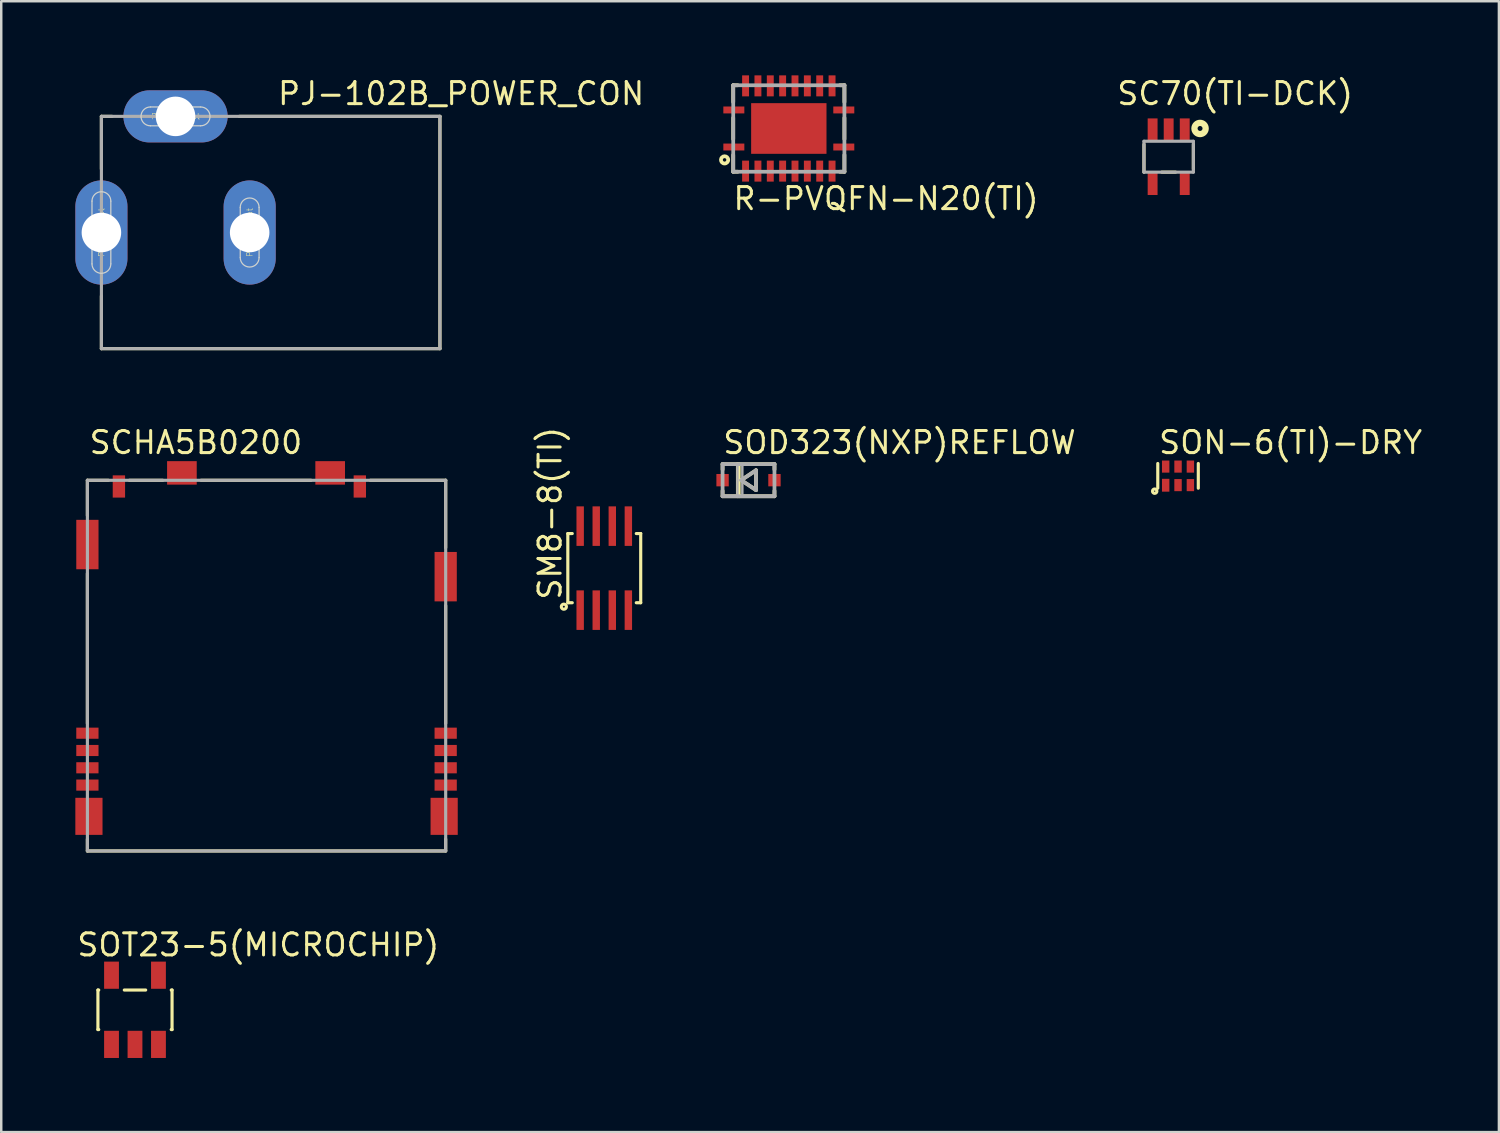
<source format=kicad_pcb>
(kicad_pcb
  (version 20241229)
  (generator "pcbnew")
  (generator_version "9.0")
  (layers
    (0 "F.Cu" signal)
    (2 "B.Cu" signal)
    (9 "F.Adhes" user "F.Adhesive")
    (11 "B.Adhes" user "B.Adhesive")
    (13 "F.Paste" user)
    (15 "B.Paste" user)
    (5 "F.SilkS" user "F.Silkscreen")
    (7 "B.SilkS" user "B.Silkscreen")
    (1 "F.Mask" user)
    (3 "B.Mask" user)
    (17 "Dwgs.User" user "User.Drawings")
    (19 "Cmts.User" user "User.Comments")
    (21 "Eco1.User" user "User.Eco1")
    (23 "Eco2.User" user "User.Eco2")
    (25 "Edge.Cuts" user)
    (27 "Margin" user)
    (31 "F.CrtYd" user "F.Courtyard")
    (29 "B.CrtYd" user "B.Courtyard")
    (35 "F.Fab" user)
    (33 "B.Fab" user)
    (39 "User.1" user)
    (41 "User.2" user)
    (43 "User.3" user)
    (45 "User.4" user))
  (footprint "SC70(TI-DCK)"
    (layer "F.Cu")
    (at 44.247 3.292)
    (property "Reference" "SC70(TI-DCK)" (at -2.159 -2.032 0) (layer "F.SilkS") (effects (font (size 0.894 0.894) (thickness 0.122)) (justify left bottom)))
    (fp_line (start -1 -0.5) (end -1 0.625) (stroke (width 0.127) (type solid)) (layer "F.SilkS"))
    (fp_line (start -0.28 0.625) (end 0.28 0.625) (stroke (width 0.127) (type solid)) (layer "F.SilkS"))
    (fp_line (start 1 -0.5) (end 1 0.5) (stroke (width 0.127) (type solid)) (layer "F.SilkS"))
    (fp_circle (center 1.27 -1.143) (end 1.37 -1.143) (stroke (width 0.254) (type solid)) (fill no) (layer "F.SilkS"))
    (fp_line (start -1 -0.625) (end -1 0.625) (stroke (width 0.127) (type solid)) (layer "F.Fab"))
    (fp_line (start -1 0.625) (end 1 0.625) (stroke (width 0.127) (type solid)) (layer "F.Fab"))
    (fp_line (start 1 -0.625) (end -1 -0.625) (stroke (width 0.127) (type solid)) (layer "F.Fab"))
    (fp_line (start 1 0.625) (end 1 -0.625) (stroke (width 0.127) (type solid)) (layer "F.Fab"))
    (pad "1" smd rect (at 0.65 -1.1) (size 0.4 0.9) (layers "F.Cu" "F.Mask" "F.Paste"))
    (pad "2" smd rect (at 0 -1.1) (size 0.4 0.9) (layers "F.Cu" "F.Mask" "F.Paste"))
    (pad "3" smd rect (at -0.65 -1.1) (size 0.4 0.9) (layers "F.Cu" "F.Mask" "F.Paste"))
    (pad "4" smd rect (at -0.65 1.1) (size 0.4 0.9) (layers "F.Cu" "F.Mask" "F.Paste"))
    (pad "5" smd rect (at 0.65 1.1) (size 0.4 0.9) (layers "F.Cu" "F.Mask" "F.Paste")))
  (footprint "PJ-102B_POWER_CON"
    (layer "F.Cu")
    (at 7.054 6.36)
    (property "Reference" "PJ-102B_POWER_CON" (at 1.07 -5.1 0) (layer "F.SilkS") (effects (font (size 0.894 0.894) (thickness 0.122)) (justify left bottom)))
    (fp_line (start -6 -4.7) (end -6 -2.57) (stroke (width 0.127) (type solid)) (layer "F.SilkS"))
    (fp_line (start -6 4.7) (end -6 2.57) (stroke (width 0.127) (type solid)) (layer "F.SilkS"))
    (fp_line (start -5.57 -4.7) (end -6 -4.7) (stroke (width 0.127) (type solid)) (layer "F.SilkS"))
    (fp_line (start -0.42 -4.7) (end 7.7 -4.7) (stroke (width 0.127) (type solid)) (layer "F.SilkS"))
    (fp_line (start 7.7 -4.7) (end 7.7 4.7) (stroke (width 0.127) (type solid)) (layer "F.SilkS"))
    (fp_line (start 7.7 4.7) (end -6 4.7) (stroke (width 0.127) (type solid)) (layer "F.SilkS"))
    (fp_line (start -6.381 1.27) (end -6.381 -1.27) (stroke (width 0.05) (type solid)) (layer "Edge.Cuts"))
    (fp_line (start -5.619 -1.27) (end -5.619 1.27) (stroke (width 0.05) (type solid)) (layer "Edge.Cuts"))
    (fp_line (start -4.016 -5.081) (end -1.984 -5.081) (stroke (width 0.05) (type solid)) (layer "Edge.Cuts"))
    (fp_line (start -1.984 -4.319) (end -4.016 -4.319) (stroke (width 0.05) (type solid)) (layer "Edge.Cuts"))
    (fp_line (start -0.381 1.016) (end -0.381 -1.016) (stroke (width 0.05) (type solid)) (layer "Edge.Cuts"))
    (fp_line (start 0.381 -1.016) (end 0.381 1.016) (stroke (width 0.05) (type solid)) (layer "Edge.Cuts"))
    (fp_arc (start -6.381 -1.27) (mid -6 -1.651) (end -5.619 -1.27) (stroke (width 0.05) (type solid)) (layer "Edge.Cuts"))
    (fp_arc (start -5.619 1.27) (mid -6 1.651) (end -6.381 1.27) (stroke (width 0.05) (type solid)) (layer "Edge.Cuts"))
    (fp_arc (start -4.016 -4.319) (mid -4.397 -4.7) (end -4.016 -5.081) (stroke (width 0.05) (type solid)) (layer "Edge.Cuts"))
    (fp_arc (start -1.984 -5.081) (mid -1.603 -4.7) (end -1.984 -4.319) (stroke (width 0.05) (type solid)) (layer "Edge.Cuts"))
    (fp_arc (start -0.381 -1.016) (mid 0 -1.397) (end 0.381 -1.016) (stroke (width 0.05) (type solid)) (layer "Edge.Cuts"))
    (fp_arc (start 0.381 1.016) (mid 0 1.397) (end -0.381 1.016) (stroke (width 0.05) (type solid)) (layer "Edge.Cuts"))
    (fp_line (start -6 -4.7) (end -6 4.7) (stroke (width 0.127) (type solid)) (layer "F.Fab"))
    (fp_line (start -6 4.7) (end 7.7 4.7) (stroke (width 0.127) (type solid)) (layer "F.Fab"))
    (fp_line (start 7.7 -4.7) (end -6 -4.7) (stroke (width 0.127) (type solid)) (layer "F.Fab"))
    (fp_line (start 7.7 -4.7) (end 7.7 4.7) (stroke (width 0.127) (type solid)) (layer "F.Fab"))
    (fp_text user "Plated Slot" (at -3 -4.7 0) (layer "F.SilkS") (effects (font (size 0.234 0.234) (thickness 0.02))))
    (fp_text user "Plated Slot" (at -6 0 90) (layer "F.SilkS") (effects (font (size 0.234 0.234) (thickness 0.02))))
    (fp_text user "Plated Slot" (at 0 0 270) (layer "F.SilkS") (effects (font (size 0.234 0.234) (thickness 0.02))))
    (pad "IN" thru_hole oval (at -6 0 90) (size 4.216 2.108) (drill 1.6) (layers "*.Cu" "*.Mask"))
    (pad "OUT" thru_hole oval (at 0 0 90) (size 4.216 2.108) (drill 1.6) (layers "*.Cu" "*.Mask"))
    (pad "OUT_CON" thru_hole oval (at -3 -4.7 180) (size 4.216 2.108) (drill 1.6) (layers "*.Cu" "*.Mask")))
  (footprint "SOD323(NXP)REFLOW"
    (layer "F.Cu")
    (at 27.243 16.383)
    (property "Reference" "SOD323(NXP)REFLOW" (at -1.1 -1 0) (layer "F.SilkS") (effects (font (size 0.894 0.894) (thickness 0.122)) (justify left bottom)))
    (fp_line (start -1.05 -0.65) (end -1.05 -0.43) (stroke (width 0.152) (type solid)) (layer "F.SilkS"))
    (fp_line (start -1.05 -0.65) (end -0.445 -0.65) (stroke (width 0.152) (type solid)) (layer "F.SilkS"))
    (fp_line (start -1.05 0.43) (end -1.05 0.65) (stroke (width 0.152) (type solid)) (layer "F.SilkS"))
    (fp_line (start -0.445 -0.65) (end -0.445 0.65) (stroke (width 0.127) (type solid)) (layer "F.SilkS"))
    (fp_line (start -0.445 -0.65) (end -0.381 -0.65) (stroke (width 0.152) (type solid)) (layer "F.SilkS"))
    (fp_line (start -0.445 0.65) (end -1.05 0.65) (stroke (width 0.152) (type solid)) (layer "F.SilkS"))
    (fp_line (start -0.381 -0.65) (end 1.05 -0.65) (stroke (width 0.152) (type solid)) (layer "F.SilkS"))
    (fp_line (start -0.381 0.65) (end -0.445 0.65) (stroke (width 0.152) (type solid)) (layer "F.SilkS"))
    (fp_line (start -0.381 0.65) (end -0.381 -0.65) (stroke (width 0.127) (type solid)) (layer "F.SilkS"))
    (fp_line (start -0.297 0) (end 0.303 -0.4) (stroke (width 0.152) (type solid)) (layer "F.SilkS"))
    (fp_line (start 0.303 -0.4) (end 0.303 0.4) (stroke (width 0.152) (type solid)) (layer "F.SilkS"))
    (fp_line (start 0.303 0.4) (end -0.297 0) (stroke (width 0.152) (type solid)) (layer "F.SilkS"))
    (fp_line (start 1.05 -0.65) (end 1.05 -0.43) (stroke (width 0.152) (type solid)) (layer "F.SilkS"))
    (fp_line (start 1.05 0.43) (end 1.05 0.65) (stroke (width 0.152) (type solid)) (layer "F.SilkS"))
    (fp_line (start 1.05 0.65) (end -0.381 0.65) (stroke (width 0.152) (type solid)) (layer "F.SilkS"))
    (fp_line (start -1.05 -0.65) (end 1.05 -0.65) (stroke (width 0.152) (type solid)) (layer "F.Fab"))
    (fp_line (start -1.05 0.65) (end -1.05 -0.65) (stroke (width 0.152) (type solid)) (layer "F.Fab"))
    (fp_line (start -0.297 0) (end 0.303 -0.4) (stroke (width 0.152) (type solid)) (layer "F.Fab"))
    (fp_line (start 0.303 -0.4) (end 0.303 0.4) (stroke (width 0.152) (type solid)) (layer "F.Fab"))
    (fp_line (start 0.303 0.4) (end -0.297 0) (stroke (width 0.152) (type solid)) (layer "F.Fab"))
    (fp_line (start 1.05 -0.65) (end 1.05 0.65) (stroke (width 0.152) (type solid)) (layer "F.Fab"))
    (fp_line (start 1.05 0.65) (end -1.05 0.65) (stroke (width 0.152) (type solid)) (layer "F.Fab"))
    (fp_poly (pts (xy -0.45 0.65) (xy -0.25 0.65) (xy -0.25 -0.65) (xy -0.45 -0.65)) (stroke (width 0.1) (type default)) (fill no) (layer "F.Fab"))
    (pad "A" smd rect (at 1.05 0) (size 0.5 0.5) (layers "F.Cu" "F.Mask" "F.Paste"))
    (pad "C" smd rect (at -1.05 0) (size 0.5 0.5) (layers "F.Cu" "F.Mask" "F.Paste")))
  (footprint "SCHA5B0200"
    (layer "F.Cu")
    (at 7.737 29.988)
    (property "Reference" "SCHA5B0200" (at -7.239 -14.605 0) (layer "F.SilkS") (effects (font (size 0.894 0.894) (thickness 0.122)) (justify left bottom)))
    (fp_line (start -7.25 -13.6) (end -7.25 -12.17) (stroke (width 0.127) (type solid)) (layer "F.SilkS"))
    (fp_line (start -7.25 -3.76) (end -7.25 -9.83) (stroke (width 0.127) (type solid)) (layer "F.SilkS"))
    (fp_line (start -7.25 1.4) (end -7.25 0.92) (stroke (width 0.127) (type solid)) (layer "F.SilkS"))
    (fp_line (start -6.4 -13.6) (end -7.25 -13.6) (stroke (width 0.127) (type solid)) (layer "F.SilkS"))
    (fp_line (start -5.55 -13.6) (end -4.2 -13.6) (stroke (width 0.127) (type solid)) (layer "F.SilkS"))
    (fp_line (start -2.65 -13.6) (end 1.8 -13.6) (stroke (width 0.127) (type solid)) (layer "F.SilkS"))
    (fp_line (start 4.2 -13.6) (end 7.25 -13.6) (stroke (width 0.127) (type solid)) (layer "F.SilkS"))
    (fp_line (start 7.25 -13.6) (end 7.25 -10.87) (stroke (width 0.127) (type solid)) (layer "F.SilkS"))
    (fp_line (start 7.25 -8.53) (end 7.25 -3.76) (stroke (width 0.127) (type solid)) (layer "F.SilkS"))
    (fp_line (start 7.25 0.92) (end 7.25 1.4) (stroke (width 0.127) (type solid)) (layer "F.SilkS"))
    (fp_line (start 7.25 1.4) (end -7.25 1.4) (stroke (width 0.127) (type solid)) (layer "F.SilkS"))
    (fp_line (start -7.25 -13.6) (end -7.25 1.4) (stroke (width 0.127) (type solid)) (layer "F.Fab"))
    (fp_line (start -7.25 1.4) (end 7.25 1.4) (stroke (width 0.127) (type solid)) (layer "F.Fab"))
    (fp_line (start 7.25 -13.6) (end -7.25 -13.6) (stroke (width 0.127) (type solid)) (layer "F.Fab"))
    (fp_line (start 7.25 1.4) (end 7.25 -13.6) (stroke (width 0.127) (type solid)) (layer "F.Fab"))
    (pad "1" smd rect (at -7.25 -3.365) (size 0.9 0.45) (layers "F.Cu" "F.Mask" "F.Paste"))
    (pad "2" smd rect (at -7.25 -2.665) (size 0.9 0.45) (layers "F.Cu" "F.Mask" "F.Paste"))
    (pad "3" smd rect (at -7.25 -1.965) (size 0.9 0.45) (layers "F.Cu" "F.Mask" "F.Paste"))
    (pad "4" smd rect (at -7.25 -1.265) (size 0.9 0.45) (layers "F.Cu" "F.Mask" "F.Paste"))
    (pad "5" smd rect (at 7.25 -1.265) (size 0.9 0.45) (layers "F.Cu" "F.Mask" "F.Paste"))
    (pad "6" smd rect (at 7.25 -1.965) (size 0.9 0.45) (layers "F.Cu" "F.Mask" "F.Paste"))
    (pad "7" smd rect (at 7.25 -2.665) (size 0.9 0.45) (layers "F.Cu" "F.Mask" "F.Paste"))
    (pad "8" smd rect (at 7.25 -3.365) (size 0.9 0.45) (layers "F.Cu" "F.Mask" "F.Paste"))
    (pad "CD" smd rect (at -5.975 -13.35) (size 0.5 0.9) (layers "F.Cu" "F.Mask" "F.Paste"))
    (pad "CGND1" smd rect (at -7.25 -11) (size 0.9 2) (layers "F.Cu" "F.Mask" "F.Paste"))
    (pad "CGND2" smd rect (at -7.188 0) (size 1.1 1.5) (layers "F.Cu" "F.Mask" "F.Paste"))
    (pad "CGND3" smd rect (at 7.188 0) (size 1.1 1.5) (layers "F.Cu" "F.Mask" "F.Paste"))
    (pad "CGND4" smd rect (at 7.25 -9.7) (size 0.9 2) (layers "F.Cu" "F.Mask" "F.Paste"))
    (pad "CGND5" smd rect (at 2.575 -13.9) (size 1.2 0.95) (layers "F.Cu" "F.Mask" "F.Paste"))
    (pad "CGND6" smd rect (at -3.425 -13.9) (size 1.2 0.95) (layers "F.Cu" "F.Mask" "F.Paste"))
    (pad "GND" smd rect (at 3.775 -13.35) (size 0.5 0.9) (layers "F.Cu" "F.Mask" "F.Paste")))
  (footprint "SOT23-5(MICROCHIP)"
    (layer "F.Cu")
    (at 2.413 37.817)
    (property "Reference" "SOT23-5(MICROCHIP)" (at -2.413 -2.105 0) (layer "F.SilkS") (effects (font (size 0.894 0.894) (thickness 0.122)) (justify left bottom)))
    (fp_line (start -1.5 -0.8) (end -1.467 -0.8) (stroke (width 0.127) (type solid)) (layer "F.SilkS"))
    (fp_line (start -1.5 0.8) (end -1.5 -0.8) (stroke (width 0.127) (type solid)) (layer "F.SilkS"))
    (fp_line (start -1.467 0.8) (end -1.5 0.8) (stroke (width 0.127) (type solid)) (layer "F.SilkS"))
    (fp_line (start -0.433 -0.8) (end 0.433 -0.8) (stroke (width 0.127) (type solid)) (layer "F.SilkS"))
    (fp_line (start 1.467 -0.8) (end 1.5 -0.8) (stroke (width 0.127) (type solid)) (layer "F.SilkS"))
    (fp_line (start 1.5 -0.8) (end 1.5 0.8) (stroke (width 0.127) (type solid)) (layer "F.SilkS"))
    (fp_line (start 1.5 0.8) (end 1.467 0.8) (stroke (width 0.127) (type solid)) (layer "F.SilkS"))
    (pad "1" smd rect (at -0.95 1.4 180) (size 0.6 1.1) (layers "F.Cu" "F.Mask" "F.Paste"))
    (pad "2" smd rect (at 0 1.4 180) (size 0.6 1.1) (layers "F.Cu" "F.Mask" "F.Paste"))
    (pad "3" smd rect (at 0.95 1.4 180) (size 0.6 1.1) (layers "F.Cu" "F.Mask" "F.Paste"))
    (pad "4" smd rect (at 0.95 -1.4 180) (size 0.6 1.1) (layers "F.Cu" "F.Mask" "F.Paste"))
    (pad "5" smd rect (at -0.95 -1.4 180) (size 0.6 1.1) (layers "F.Cu" "F.Mask" "F.Paste")))
  (footprint "R-PVQFN-N20(TI)"
    (layer "F.Cu")
    (at 28.874 2.15)
    (property "Reference" "R-PVQFN-N20(TI)" (at -2.32 3.36 0) (layer "F.SilkS") (effects (font (size 0.894 0.894) (thickness 0.122)) (justify left bottom)))
    (fp_line (start -2.25 -1.75) (end -2.25 -1.07) (stroke (width 0.152) (type solid)) (layer "F.SilkS"))
    (fp_line (start -2.25 -1.75) (end -2.07 -1.75) (stroke (width 0.152) (type solid)) (layer "F.SilkS"))
    (fp_line (start -2.25 0.43) (end -2.25 -0.43) (stroke (width 0.152) (type solid)) (layer "F.SilkS"))
    (fp_line (start -2.25 1.75) (end -2.25 1.07) (stroke (width 0.152) (type solid)) (layer "F.SilkS"))
    (fp_line (start -2.07 1.75) (end -2.25 1.75) (stroke (width 0.152) (type solid)) (layer "F.SilkS"))
    (fp_line (start 2.07 -1.75) (end 2.25 -1.75) (stroke (width 0.152) (type solid)) (layer "F.SilkS"))
    (fp_line (start 2.25 -1.75) (end 2.25 -1.07) (stroke (width 0.152) (type solid)) (layer "F.SilkS"))
    (fp_line (start 2.25 -0.43) (end 2.25 0.43) (stroke (width 0.152) (type solid)) (layer "F.SilkS"))
    (fp_line (start 2.25 1.07) (end 2.25 1.75) (stroke (width 0.152) (type solid)) (layer "F.SilkS"))
    (fp_line (start 2.25 1.75) (end 2.07 1.75) (stroke (width 0.152) (type solid)) (layer "F.SilkS"))
    (fp_circle (center -2.6 1.27) (end -2.529 1.27) (stroke (width 0.152) (type solid)) (fill no) (layer "F.SilkS"))
    (fp_line (start -2.25 -1.75) (end 2.25 -1.75) (stroke (width 0.152) (type solid)) (layer "F.Fab"))
    (fp_line (start -2.25 1.75) (end -2.25 -1.75) (stroke (width 0.152) (type solid)) (layer "F.Fab"))
    (fp_line (start 2.25 -1.75) (end 2.25 1.75) (stroke (width 0.152) (type solid)) (layer "F.Fab"))
    (fp_line (start 2.25 1.75) (end -2.25 1.75) (stroke (width 0.152) (type solid)) (layer "F.Fab"))
    (pad "1" smd rect (at -2.225 0.75 90) (size 0.28 0.85) (layers "F.Cu" "F.Mask" "F.Paste"))
    (pad "2" smd rect (at -1.75 1.725 180) (size 0.28 0.85) (layers "F.Cu" "F.Mask" "F.Paste"))
    (pad "3" smd rect (at -1.25 1.725 180) (size 0.28 0.85) (layers "F.Cu" "F.Mask" "F.Paste"))
    (pad "4" smd rect (at -0.75 1.725 180) (size 0.28 0.85) (layers "F.Cu" "F.Mask" "F.Paste"))
    (pad "5" smd rect (at -0.25 1.725 180) (size 0.28 0.85) (layers "F.Cu" "F.Mask" "F.Paste"))
    (pad "6" smd rect (at 0.25 1.725 180) (size 0.28 0.85) (layers "F.Cu" "F.Mask" "F.Paste"))
    (pad "7" smd rect (at 0.75 1.725 180) (size 0.28 0.85) (layers "F.Cu" "F.Mask" "F.Paste"))
    (pad "8" smd rect (at 1.25 1.725 180) (size 0.28 0.85) (layers "F.Cu" "F.Mask" "F.Paste"))
    (pad "9" smd rect (at 1.75 1.725 180) (size 0.28 0.85) (layers "F.Cu" "F.Mask" "F.Paste"))
    (pad "10" smd rect (at 2.225 0.75 270) (size 0.28 0.85) (layers "F.Cu" "F.Mask" "F.Paste"))
    (pad "11" smd rect (at 2.225 -0.75 270) (size 0.28 0.85) (layers "F.Cu" "F.Mask" "F.Paste"))
    (pad "12" smd rect (at 1.75 -1.725) (size 0.28 0.85) (layers "F.Cu" "F.Mask" "F.Paste"))
    (pad "13" smd rect (at 1.25 -1.725) (size 0.28 0.85) (layers "F.Cu" "F.Mask" "F.Paste"))
    (pad "14" smd rect (at 0.75 -1.725) (size 0.28 0.85) (layers "F.Cu" "F.Mask" "F.Paste"))
    (pad "15" smd rect (at 0.25 -1.725) (size 0.28 0.85) (layers "F.Cu" "F.Mask" "F.Paste"))
    (pad "16" smd rect (at -0.25 -1.725) (size 0.28 0.85) (layers "F.Cu" "F.Mask" "F.Paste"))
    (pad "17" smd rect (at -0.75 -1.725) (size 0.28 0.85) (layers "F.Cu" "F.Mask" "F.Paste"))
    (pad "18" smd rect (at -1.25 -1.725) (size 0.28 0.85) (layers "F.Cu" "F.Mask" "F.Paste"))
    (pad "19" smd rect (at -1.75 -1.725) (size 0.28 0.85) (layers "F.Cu" "F.Mask" "F.Paste"))
    (pad "20" smd rect (at -2.225 -0.75 90) (size 0.28 0.85) (layers "F.Cu" "F.Mask" "F.Paste"))
    (pad "TP" smd rect (at 0 0) (size 3.05 2.05) (layers "F.Cu" "F.Mask" "F.Paste")))
  (footprint "SON-6(TI)-DRY"
    (layer "F.Cu")
    (at 44.626 16.208)
    (property "Reference" "SON-6(TI)-DRY" (at -0.845 -0.825 0) (layer "F.SilkS") (effects (font (size 0.894 0.894) (thickness 0.122)) (justify left bottom)))
    (fp_line (start -0.82 0.5) (end -0.82 -0.5) (stroke (width 0.127) (type solid)) (layer "F.SilkS"))
    (fp_line (start 0.82 -0.5) (end 0.82 0.5) (stroke (width 0.127) (type solid)) (layer "F.SilkS"))
    (fp_circle (center -0.945 0.62) (end -0.92 0.62) (stroke (width 0.127) (type solid)) (fill no) (layer "F.SilkS"))
    (pad "1" smd rect (at -0.5 0.38) (size 0.3 0.52) (layers "F.Cu" "F.Mask" "F.Paste"))
    (pad "2" smd rect (at 0 0.375) (size 0.3 0.49) (layers "F.Cu" "F.Mask" "F.Paste"))
    (pad "3" smd rect (at 0.5 0.375) (size 0.3 0.49) (layers "F.Cu" "F.Mask" "F.Paste"))
    (pad "4" smd rect (at 0.5 -0.375) (size 0.3 0.49) (layers "F.Cu" "F.Mask" "F.Paste"))
    (pad "5" smd rect (at 0 -0.375) (size 0.3 0.49) (layers "F.Cu" "F.Mask" "F.Paste"))
    (pad "6" smd rect (at -0.5 -0.375) (size 0.3 0.49) (layers "F.Cu" "F.Mask" "F.Paste")))
  (footprint "SM8-8(TI)"
    (layer "F.Cu")
    (at 21.405 19.943)
    (property "Reference" "SM8-8(TI)" (at -1.67 1.35 90) (layer "F.SilkS") (effects (font (size 0.894 0.894) (thickness 0.122)) (justify left bottom)))
    (fp_line (start -1.475 -1.4) (end -1.295 -1.4) (stroke (width 0.127) (type solid)) (layer "F.SilkS"))
    (fp_line (start -1.475 1.4) (end -1.475 -1.4) (stroke (width 0.127) (type solid)) (layer "F.SilkS"))
    (fp_line (start -1.475 1.4) (end -1.295 1.4) (stroke (width 0.127) (type solid)) (layer "F.SilkS"))
    (fp_line (start 1.475 -1.4) (end 1.295 -1.4) (stroke (width 0.127) (type solid)) (layer "F.SilkS"))
    (fp_line (start 1.475 -1.4) (end 1.475 1.4) (stroke (width 0.127) (type solid)) (layer "F.SilkS"))
    (fp_line (start 1.475 1.4) (end 1.295 1.4) (stroke (width 0.127) (type solid)) (layer "F.SilkS"))
    (fp_circle (center -1.635 1.56) (end -1.595 1.56) (stroke (width 0.127) (type solid)) (fill no) (layer "F.SilkS"))
    (pad "1" smd rect (at -0.975 1.7) (size 0.3 1.6) (layers "F.Cu" "F.Mask" "F.Paste"))
    (pad "2" smd rect (at -0.325 1.7) (size 0.3 1.6) (layers "F.Cu" "F.Mask" "F.Paste"))
    (pad "3" smd rect (at 0.325 1.7) (size 0.3 1.6) (layers "F.Cu" "F.Mask" "F.Paste"))
    (pad "4" smd rect (at 0.975 1.7) (size 0.3 1.6) (layers "F.Cu" "F.Mask" "F.Paste"))
    (pad "5" smd rect (at 0.975 -1.7) (size 0.3 1.6) (layers "F.Cu" "F.Mask" "F.Paste"))
    (pad "6" smd rect (at 0.325 -1.7) (size 0.3 1.6) (layers "F.Cu" "F.Mask" "F.Paste"))
    (pad "7" smd rect (at -0.325 -1.7) (size 0.3 1.6) (layers "F.Cu" "F.Mask" "F.Paste"))
    (pad "8" smd rect (at -0.975 -1.7) (size 0.3 1.6) (layers "F.Cu" "F.Mask" "F.Paste")))
  (gr_rect
    (start -3 -3)
    (end 57.612 42.767)
    (stroke (width 0.1) (type default))
    (fill no)
    (layer "Edge.Cuts")))
</source>
